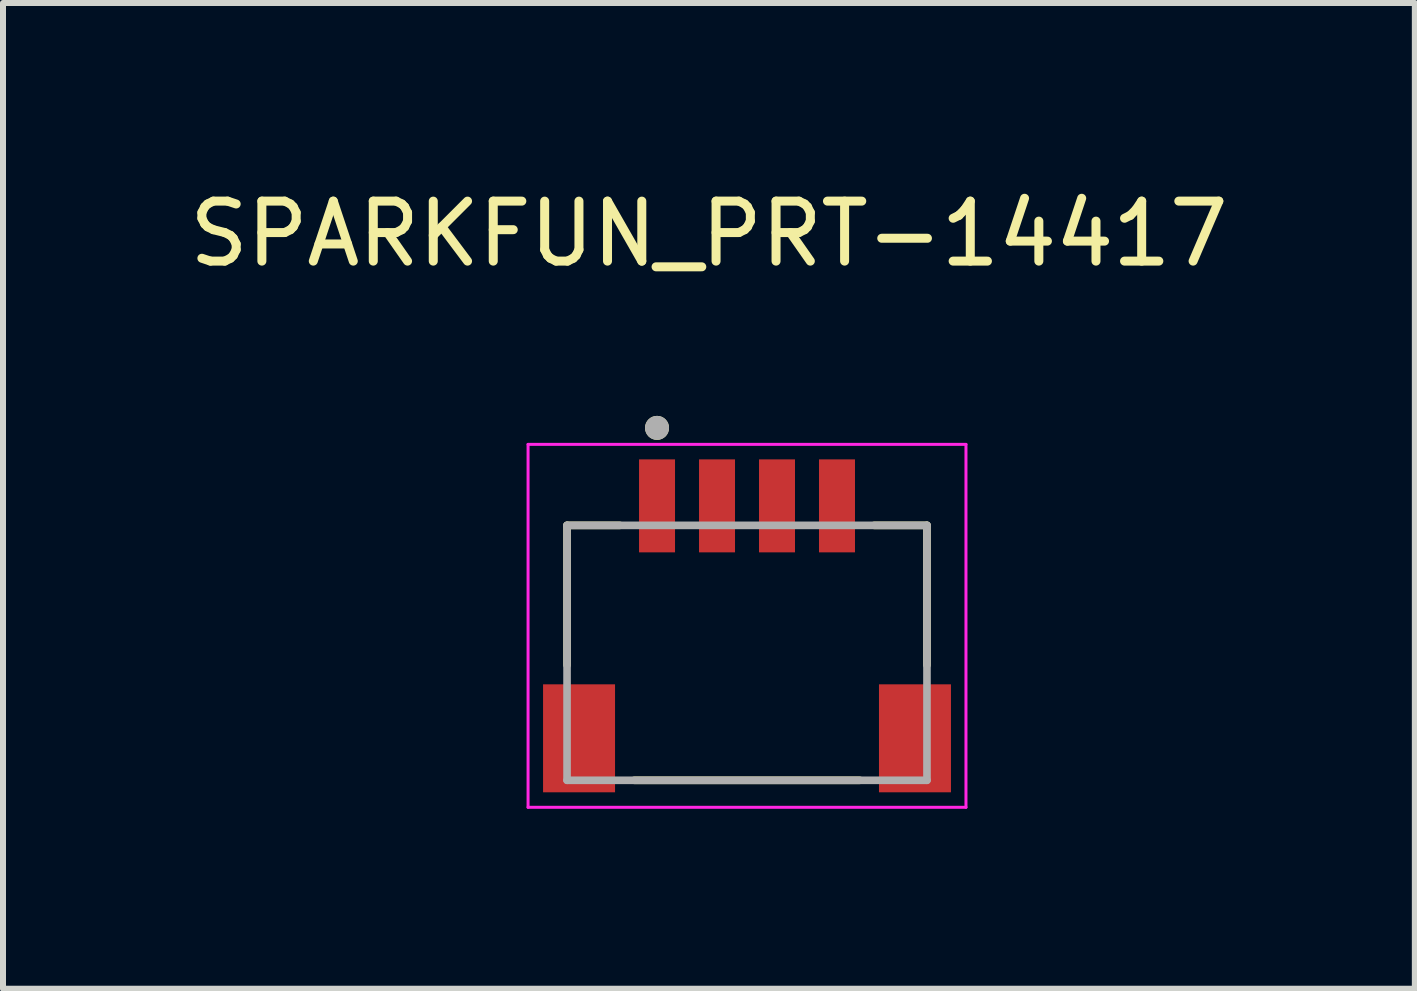
<source format=kicad_pcb>
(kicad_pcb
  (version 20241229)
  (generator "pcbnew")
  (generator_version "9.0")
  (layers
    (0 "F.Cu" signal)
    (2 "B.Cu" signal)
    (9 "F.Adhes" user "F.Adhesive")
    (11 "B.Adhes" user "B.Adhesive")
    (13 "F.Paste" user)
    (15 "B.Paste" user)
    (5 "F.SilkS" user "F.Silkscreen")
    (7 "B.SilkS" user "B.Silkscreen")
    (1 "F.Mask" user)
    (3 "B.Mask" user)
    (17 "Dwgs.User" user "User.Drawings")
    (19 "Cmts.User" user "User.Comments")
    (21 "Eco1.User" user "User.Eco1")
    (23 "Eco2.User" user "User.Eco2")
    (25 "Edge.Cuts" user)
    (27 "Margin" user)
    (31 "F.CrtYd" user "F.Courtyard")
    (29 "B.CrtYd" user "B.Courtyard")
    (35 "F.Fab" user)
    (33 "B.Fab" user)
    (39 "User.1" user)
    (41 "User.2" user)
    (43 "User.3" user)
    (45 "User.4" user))
  (footprint "SPARKFUN_PRT-14417"
    (layer "F.Cu")
    (at 9.403 7.833)
    (property "Reference" "SPARKFUN_PRT-14417" (at -0.635 -6.985 0) (layer "F.SilkS") (effects (font (size 1 1) (thickness 0.15))))
    (attr smd)
    (fp_line (start -3 -2.125) (end -2.12 -2.125) (stroke (width 0.127) (type solid)) (layer "F.SilkS"))
    (fp_line (start -3 0.205) (end -3 -2.125) (stroke (width 0.127) (type solid)) (layer "F.SilkS"))
    (fp_line (start -1.88 2.125) (end 1.88 2.125) (stroke (width 0.127) (type solid)) (layer "F.SilkS"))
    (fp_line (start 2.12 -2.125) (end 3 -2.125) (stroke (width 0.127) (type solid)) (layer "F.SilkS"))
    (fp_line (start 3 -2.125) (end 3 0.205) (stroke (width 0.127) (type solid)) (layer "F.SilkS"))
    (fp_circle (center -1.5 -3.75) (end -1.4 -3.75) (stroke (width 0.2) (type solid)) (fill no) (layer "F.SilkS"))
    (fp_line (start -3.65 -3.475) (end -3.65 2.575) (stroke (width 0.05) (type solid)) (layer "F.CrtYd"))
    (fp_line (start -3.65 2.575) (end 3.65 2.575) (stroke (width 0.05) (type solid)) (layer "F.CrtYd"))
    (fp_line (start 3.65 -3.475) (end -3.65 -3.475) (stroke (width 0.05) (type solid)) (layer "F.CrtYd"))
    (fp_line (start 3.65 2.575) (end 3.65 -3.475) (stroke (width 0.05) (type solid)) (layer "F.CrtYd"))
    (fp_line (start -3 -2.125) (end 3 -2.125) (stroke (width 0.127) (type solid)) (layer "F.Fab"))
    (fp_line (start -3 2.125) (end -3 -2.125) (stroke (width 0.127) (type solid)) (layer "F.Fab"))
    (fp_line (start 3 -2.125) (end 3 2.125) (stroke (width 0.127) (type solid)) (layer "F.Fab"))
    (fp_line (start 3 2.125) (end -3 2.125) (stroke (width 0.127) (type solid)) (layer "F.Fab"))
    (fp_circle (center -1.5 -3.75) (end -1.4 -3.75) (stroke (width 0.2) (type solid)) (fill no) (layer "F.Fab"))
    (pad "1" smd rect (at -1.5 -2.45) (size 0.6 1.55) (layers "F.Cu" "F.Mask" "F.Paste"))
    (pad "2" smd rect (at -0.5 -2.45) (size 0.6 1.55) (layers "F.Cu" "F.Mask" "F.Paste"))
    (pad "3" smd rect (at 0.5 -2.45) (size 0.6 1.55) (layers "F.Cu" "F.Mask" "F.Paste"))
    (pad "4" smd rect (at 1.5 -2.45) (size 0.6 1.55) (layers "F.Cu" "F.Mask" "F.Paste"))
    (pad "S1" smd rect (at -2.8 1.425) (size 1.2 1.8) (layers "F.Cu" "F.Mask" "F.Paste"))
    (pad "S2" smd rect (at 2.8 1.425) (size 1.2 1.8) (layers "F.Cu" "F.Mask" "F.Paste")))
  (gr_rect
    (start -3 -3)
    (end 20.536 13.433)
    (stroke (width 0.1) (type default))
    (fill no)
    (layer "Edge.Cuts")))
</source>
